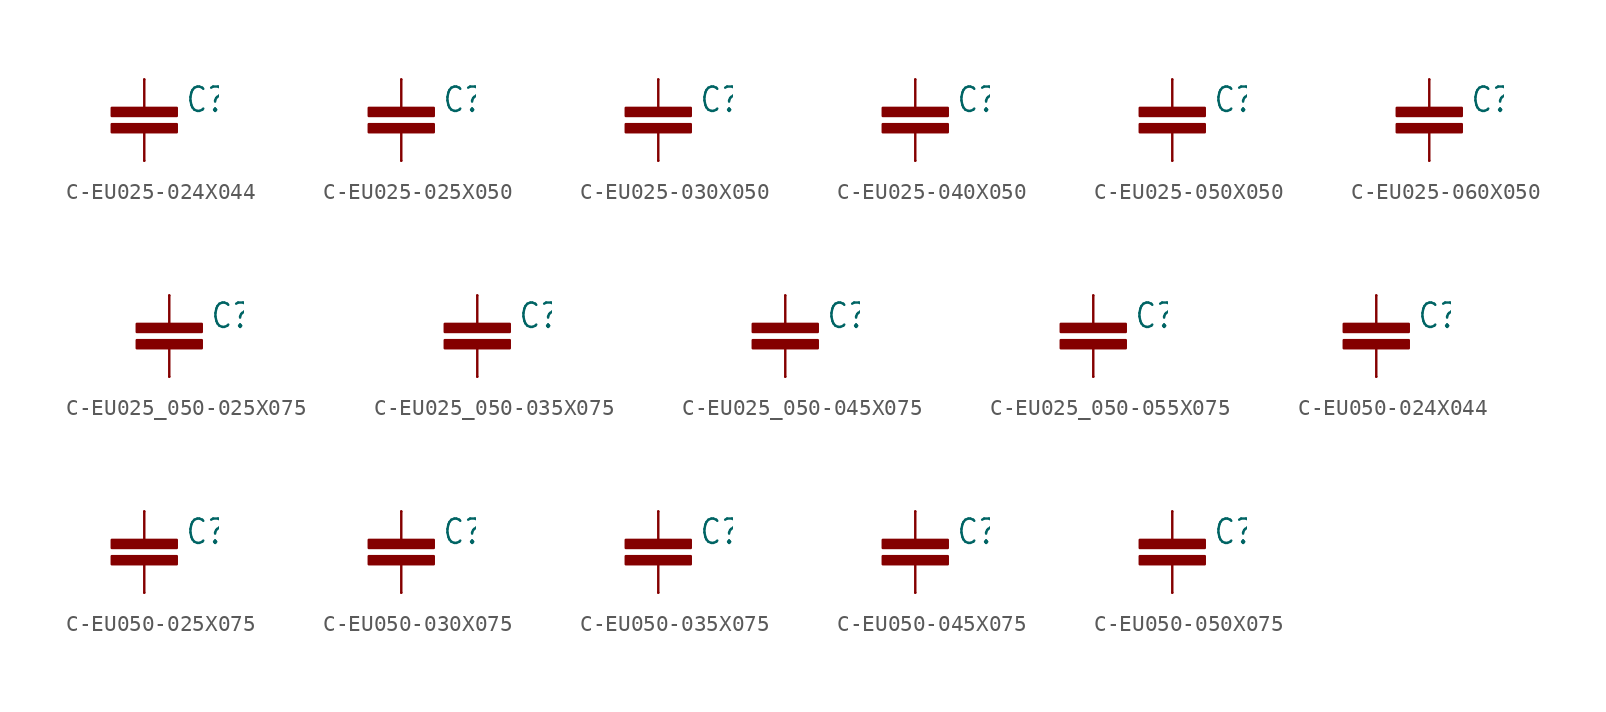
<source format=kicad_sym>
(kicad_symbol_lib
  (version 20220914)
  (generator kicad_symbol_editor)
  (symbol "C-EU025-024X044"
    (property "Reference" "C"
      (at 2.54 1.27 0)
      (effects (font (size 1.524 1.295)) (justify left)))
    (property "Value" ""
      (at 2.54 -1.27 0)
      (effects (font (size 1.524 1.295)) (justify left)))
    (property "ki_locked" ""
      (at 0 0 0)
      (effects (font (size 1.27 1.27))))
    (symbol "C-EU025-024X044_1_0"
      (rectangle (start -2.032 -0.762) (end 2.032 -0.254) (stroke (width 0) (type default)) (fill (type outline)))
      (rectangle (start -2.032 0.254) (end 2.032 0.762) (stroke (width 0) (type default)) (fill (type outline)))
      (polyline (pts (xy 0 -2.54) (xy 0 -0.762)) (stroke (width 0.152) (type solid)) (fill (type none)))
      (polyline (pts (xy 0 2.54) (xy 0 0.762)) (stroke (width 0.152) (type solid)) (fill (type none)))
      (pin passive line (at 0 2.54 270) (length 0) (name "1" (effects (font (size 0 0)))) (number "1" (effects (font (size 0 0)))))
      (pin passive line (at 0 -2.54 90) (length 0) (name "2" (effects (font (size 0 0)))) (number "2" (effects (font (size 0 0)))))))
  (symbol "C-EU025-025X050"
    (property "Reference" "C"
      (at 2.54 1.27 0)
      (effects (font (size 1.524 1.295)) (justify left)))
    (property "Value" ""
      (at 2.54 -1.27 0)
      (effects (font (size 1.524 1.295)) (justify left)))
    (property "ki_locked" ""
      (at 0 0 0)
      (effects (font (size 1.27 1.27))))
    (symbol "C-EU025-025X050_1_0"
      (rectangle (start -2.032 -0.762) (end 2.032 -0.254) (stroke (width 0) (type default)) (fill (type outline)))
      (rectangle (start -2.032 0.254) (end 2.032 0.762) (stroke (width 0) (type default)) (fill (type outline)))
      (polyline (pts (xy 0 -2.54) (xy 0 -0.762)) (stroke (width 0.152) (type solid)) (fill (type none)))
      (polyline (pts (xy 0 2.54) (xy 0 0.762)) (stroke (width 0.152) (type solid)) (fill (type none)))
      (pin passive line (at 0 2.54 270) (length 0) (name "1" (effects (font (size 0 0)))) (number "1" (effects (font (size 0 0)))))
      (pin passive line (at 0 -2.54 90) (length 0) (name "2" (effects (font (size 0 0)))) (number "2" (effects (font (size 0 0)))))))
  (symbol "C-EU025-030X050"
    (property "Reference" "C"
      (at 2.54 1.27 0)
      (effects (font (size 1.524 1.295)) (justify left)))
    (property "Value" ""
      (at 2.54 -1.27 0)
      (effects (font (size 1.524 1.295)) (justify left)))
    (property "ki_locked" ""
      (at 0 0 0)
      (effects (font (size 1.27 1.27))))
    (symbol "C-EU025-030X050_1_0"
      (rectangle (start -2.032 -0.762) (end 2.032 -0.254) (stroke (width 0) (type default)) (fill (type outline)))
      (rectangle (start -2.032 0.254) (end 2.032 0.762) (stroke (width 0) (type default)) (fill (type outline)))
      (polyline (pts (xy 0 -2.54) (xy 0 -0.762)) (stroke (width 0.152) (type solid)) (fill (type none)))
      (polyline (pts (xy 0 2.54) (xy 0 0.762)) (stroke (width 0.152) (type solid)) (fill (type none)))
      (pin passive line (at 0 2.54 270) (length 0) (name "1" (effects (font (size 0 0)))) (number "1" (effects (font (size 0 0)))))
      (pin passive line (at 0 -2.54 90) (length 0) (name "2" (effects (font (size 0 0)))) (number "2" (effects (font (size 0 0)))))))
  (symbol "C-EU025-040X050"
    (property "Reference" "C"
      (at 2.54 1.27 0)
      (effects (font (size 1.524 1.295)) (justify left)))
    (property "Value" ""
      (at 2.54 -1.27 0)
      (effects (font (size 1.524 1.295)) (justify left)))
    (property "ki_locked" ""
      (at 0 0 0)
      (effects (font (size 1.27 1.27))))
    (symbol "C-EU025-040X050_1_0"
      (rectangle (start -2.032 -0.762) (end 2.032 -0.254) (stroke (width 0) (type default)) (fill (type outline)))
      (rectangle (start -2.032 0.254) (end 2.032 0.762) (stroke (width 0) (type default)) (fill (type outline)))
      (polyline (pts (xy 0 -2.54) (xy 0 -0.762)) (stroke (width 0.152) (type solid)) (fill (type none)))
      (polyline (pts (xy 0 2.54) (xy 0 0.762)) (stroke (width 0.152) (type solid)) (fill (type none)))
      (pin passive line (at 0 2.54 270) (length 0) (name "1" (effects (font (size 0 0)))) (number "1" (effects (font (size 0 0)))))
      (pin passive line (at 0 -2.54 90) (length 0) (name "2" (effects (font (size 0 0)))) (number "2" (effects (font (size 0 0)))))))
  (symbol "C-EU025-050X050"
    (property "Reference" "C"
      (at 2.54 1.27 0)
      (effects (font (size 1.524 1.295)) (justify left)))
    (property "Value" ""
      (at 2.54 -1.27 0)
      (effects (font (size 1.524 1.295)) (justify left)))
    (property "ki_locked" ""
      (at 0 0 0)
      (effects (font (size 1.27 1.27))))
    (symbol "C-EU025-050X050_1_0"
      (rectangle (start -2.032 -0.762) (end 2.032 -0.254) (stroke (width 0) (type default)) (fill (type outline)))
      (rectangle (start -2.032 0.254) (end 2.032 0.762) (stroke (width 0) (type default)) (fill (type outline)))
      (polyline (pts (xy 0 -2.54) (xy 0 -0.762)) (stroke (width 0.152) (type solid)) (fill (type none)))
      (polyline (pts (xy 0 2.54) (xy 0 0.762)) (stroke (width 0.152) (type solid)) (fill (type none)))
      (pin passive line (at 0 2.54 270) (length 0) (name "1" (effects (font (size 0 0)))) (number "1" (effects (font (size 0 0)))))
      (pin passive line (at 0 -2.54 90) (length 0) (name "2" (effects (font (size 0 0)))) (number "2" (effects (font (size 0 0)))))))
  (symbol "C-EU025-060X050"
    (property "Reference" "C"
      (at 2.54 1.27 0)
      (effects (font (size 1.524 1.295)) (justify left)))
    (property "Value" ""
      (at 2.54 -1.27 0)
      (effects (font (size 1.524 1.295)) (justify left)))
    (property "ki_locked" ""
      (at 0 0 0)
      (effects (font (size 1.27 1.27))))
    (symbol "C-EU025-060X050_1_0"
      (rectangle (start -2.032 -0.762) (end 2.032 -0.254) (stroke (width 0) (type default)) (fill (type outline)))
      (rectangle (start -2.032 0.254) (end 2.032 0.762) (stroke (width 0) (type default)) (fill (type outline)))
      (polyline (pts (xy 0 -2.54) (xy 0 -0.762)) (stroke (width 0.152) (type solid)) (fill (type none)))
      (polyline (pts (xy 0 2.54) (xy 0 0.762)) (stroke (width 0.152) (type solid)) (fill (type none)))
      (pin passive line (at 0 2.54 270) (length 0) (name "1" (effects (font (size 0 0)))) (number "1" (effects (font (size 0 0)))))
      (pin passive line (at 0 -2.54 90) (length 0) (name "2" (effects (font (size 0 0)))) (number "2" (effects (font (size 0 0)))))))
  (symbol "C-EU025_050-025X075"
    (property "Reference" "C"
      (at 2.54 1.27 0)
      (effects (font (size 1.524 1.295)) (justify left)))
    (property "Value" ""
      (at 2.54 -1.27 0)
      (effects (font (size 1.524 1.295)) (justify left)))
    (property "ki_locked" ""
      (at 0 0 0)
      (effects (font (size 1.27 1.27))))
    (symbol "C-EU025_050-025X075_1_0"
      (rectangle (start -2.032 -0.762) (end 2.032 -0.254) (stroke (width 0) (type default)) (fill (type outline)))
      (rectangle (start -2.032 0.254) (end 2.032 0.762) (stroke (width 0) (type default)) (fill (type outline)))
      (polyline (pts (xy 0 -2.54) (xy 0 -0.762)) (stroke (width 0.152) (type solid)) (fill (type none)))
      (polyline (pts (xy 0 2.54) (xy 0 0.762)) (stroke (width 0.152) (type solid)) (fill (type none)))
      (pin passive line (at 0 2.54 270) (length 0) (name "1" (effects (font (size 0 0)))) (number "1" (effects (font (size 0 0)))))
      (pin passive line (at 0 -2.54 90) (length 0) (name "2" (effects (font (size 0 0)))) (number "2" (effects (font (size 0 0)))))))
  (symbol "C-EU025_050-035X075"
    (property "Reference" "C"
      (at 2.54 1.27 0)
      (effects (font (size 1.524 1.295)) (justify left)))
    (property "Value" ""
      (at 2.54 -1.27 0)
      (effects (font (size 1.524 1.295)) (justify left)))
    (property "ki_locked" ""
      (at 0 0 0)
      (effects (font (size 1.27 1.27))))
    (symbol "C-EU025_050-035X075_1_0"
      (rectangle (start -2.032 -0.762) (end 2.032 -0.254) (stroke (width 0) (type default)) (fill (type outline)))
      (rectangle (start -2.032 0.254) (end 2.032 0.762) (stroke (width 0) (type default)) (fill (type outline)))
      (polyline (pts (xy 0 -2.54) (xy 0 -0.762)) (stroke (width 0.152) (type solid)) (fill (type none)))
      (polyline (pts (xy 0 2.54) (xy 0 0.762)) (stroke (width 0.152) (type solid)) (fill (type none)))
      (pin passive line (at 0 2.54 270) (length 0) (name "1" (effects (font (size 0 0)))) (number "1" (effects (font (size 0 0)))))
      (pin passive line (at 0 -2.54 90) (length 0) (name "2" (effects (font (size 0 0)))) (number "2" (effects (font (size 0 0)))))))
  (symbol "C-EU025_050-045X075"
    (property "Reference" "C"
      (at 2.54 1.27 0)
      (effects (font (size 1.524 1.295)) (justify left)))
    (property "Value" ""
      (at 2.54 -1.27 0)
      (effects (font (size 1.524 1.295)) (justify left)))
    (property "ki_locked" ""
      (at 0 0 0)
      (effects (font (size 1.27 1.27))))
    (symbol "C-EU025_050-045X075_1_0"
      (rectangle (start -2.032 -0.762) (end 2.032 -0.254) (stroke (width 0) (type default)) (fill (type outline)))
      (rectangle (start -2.032 0.254) (end 2.032 0.762) (stroke (width 0) (type default)) (fill (type outline)))
      (polyline (pts (xy 0 -2.54) (xy 0 -0.762)) (stroke (width 0.152) (type solid)) (fill (type none)))
      (polyline (pts (xy 0 2.54) (xy 0 0.762)) (stroke (width 0.152) (type solid)) (fill (type none)))
      (pin passive line (at 0 2.54 270) (length 0) (name "1" (effects (font (size 0 0)))) (number "1" (effects (font (size 0 0)))))
      (pin passive line (at 0 -2.54 90) (length 0) (name "2" (effects (font (size 0 0)))) (number "2" (effects (font (size 0 0)))))))
  (symbol "C-EU025_050-055X075"
    (property "Reference" "C"
      (at 2.54 1.27 0)
      (effects (font (size 1.524 1.295)) (justify left)))
    (property "Value" ""
      (at 2.54 -1.27 0)
      (effects (font (size 1.524 1.295)) (justify left)))
    (property "ki_locked" ""
      (at 0 0 0)
      (effects (font (size 1.27 1.27))))
    (symbol "C-EU025_050-055X075_1_0"
      (rectangle (start -2.032 -0.762) (end 2.032 -0.254) (stroke (width 0) (type default)) (fill (type outline)))
      (rectangle (start -2.032 0.254) (end 2.032 0.762) (stroke (width 0) (type default)) (fill (type outline)))
      (polyline (pts (xy 0 -2.54) (xy 0 -0.762)) (stroke (width 0.152) (type solid)) (fill (type none)))
      (polyline (pts (xy 0 2.54) (xy 0 0.762)) (stroke (width 0.152) (type solid)) (fill (type none)))
      (pin passive line (at 0 2.54 270) (length 0) (name "1" (effects (font (size 0 0)))) (number "1" (effects (font (size 0 0)))))
      (pin passive line (at 0 -2.54 90) (length 0) (name "2" (effects (font (size 0 0)))) (number "2" (effects (font (size 0 0)))))))
  (symbol "C-EU050-024X044"
    (property "Reference" "C"
      (at 2.54 1.27 0)
      (effects (font (size 1.524 1.295)) (justify left)))
    (property "Value" ""
      (at 2.54 -1.27 0)
      (effects (font (size 1.524 1.295)) (justify left)))
    (property "ki_locked" ""
      (at 0 0 0)
      (effects (font (size 1.27 1.27))))
    (symbol "C-EU050-024X044_1_0"
      (rectangle (start -2.032 -0.762) (end 2.032 -0.254) (stroke (width 0) (type default)) (fill (type outline)))
      (rectangle (start -2.032 0.254) (end 2.032 0.762) (stroke (width 0) (type default)) (fill (type outline)))
      (polyline (pts (xy 0 -2.54) (xy 0 -0.762)) (stroke (width 0.152) (type solid)) (fill (type none)))
      (polyline (pts (xy 0 2.54) (xy 0 0.762)) (stroke (width 0.152) (type solid)) (fill (type none)))
      (pin passive line (at 0 2.54 270) (length 0) (name "1" (effects (font (size 0 0)))) (number "1" (effects (font (size 0 0)))))
      (pin passive line (at 0 -2.54 90) (length 0) (name "2" (effects (font (size 0 0)))) (number "2" (effects (font (size 0 0)))))))
  (symbol "C-EU050-025X075"
    (property "Reference" "C"
      (at 2.54 1.27 0)
      (effects (font (size 1.524 1.295)) (justify left)))
    (property "Value" ""
      (at 2.54 -1.27 0)
      (effects (font (size 1.524 1.295)) (justify left)))
    (property "ki_locked" ""
      (at 0 0 0)
      (effects (font (size 1.27 1.27))))
    (symbol "C-EU050-025X075_1_0"
      (rectangle (start -2.032 -0.762) (end 2.032 -0.254) (stroke (width 0) (type default)) (fill (type outline)))
      (rectangle (start -2.032 0.254) (end 2.032 0.762) (stroke (width 0) (type default)) (fill (type outline)))
      (polyline (pts (xy 0 -2.54) (xy 0 -0.762)) (stroke (width 0.152) (type solid)) (fill (type none)))
      (polyline (pts (xy 0 2.54) (xy 0 0.762)) (stroke (width 0.152) (type solid)) (fill (type none)))
      (pin passive line (at 0 2.54 270) (length 0) (name "1" (effects (font (size 0 0)))) (number "1" (effects (font (size 0 0)))))
      (pin passive line (at 0 -2.54 90) (length 0) (name "2" (effects (font (size 0 0)))) (number "2" (effects (font (size 0 0)))))))
  (symbol "C-EU050-030X075"
    (property "Reference" "C"
      (at 2.54 1.27 0)
      (effects (font (size 1.524 1.295)) (justify left)))
    (property "Value" ""
      (at 2.54 -1.27 0)
      (effects (font (size 1.524 1.295)) (justify left)))
    (property "ki_locked" ""
      (at 0 0 0)
      (effects (font (size 1.27 1.27))))
    (symbol "C-EU050-030X075_1_0"
      (rectangle (start -2.032 -0.762) (end 2.032 -0.254) (stroke (width 0) (type default)) (fill (type outline)))
      (rectangle (start -2.032 0.254) (end 2.032 0.762) (stroke (width 0) (type default)) (fill (type outline)))
      (polyline (pts (xy 0 -2.54) (xy 0 -0.762)) (stroke (width 0.152) (type solid)) (fill (type none)))
      (polyline (pts (xy 0 2.54) (xy 0 0.762)) (stroke (width 0.152) (type solid)) (fill (type none)))
      (pin passive line (at 0 2.54 270) (length 0) (name "1" (effects (font (size 0 0)))) (number "1" (effects (font (size 0 0)))))
      (pin passive line (at 0 -2.54 90) (length 0) (name "2" (effects (font (size 0 0)))) (number "2" (effects (font (size 0 0)))))))
  (symbol "C-EU050-035X075"
    (property "Reference" "C"
      (at 2.54 1.27 0)
      (effects (font (size 1.524 1.295)) (justify left)))
    (property "Value" ""
      (at 2.54 -1.27 0)
      (effects (font (size 1.524 1.295)) (justify left)))
    (property "ki_locked" ""
      (at 0 0 0)
      (effects (font (size 1.27 1.27))))
    (symbol "C-EU050-035X075_1_0"
      (rectangle (start -2.032 -0.762) (end 2.032 -0.254) (stroke (width 0) (type default)) (fill (type outline)))
      (rectangle (start -2.032 0.254) (end 2.032 0.762) (stroke (width 0) (type default)) (fill (type outline)))
      (polyline (pts (xy 0 -2.54) (xy 0 -0.762)) (stroke (width 0.152) (type solid)) (fill (type none)))
      (polyline (pts (xy 0 2.54) (xy 0 0.762)) (stroke (width 0.152) (type solid)) (fill (type none)))
      (pin passive line (at 0 2.54 270) (length 0) (name "1" (effects (font (size 0 0)))) (number "1" (effects (font (size 0 0)))))
      (pin passive line (at 0 -2.54 90) (length 0) (name "2" (effects (font (size 0 0)))) (number "2" (effects (font (size 0 0)))))))
  (symbol "C-EU050-045X075"
    (property "Reference" "C"
      (at 2.54 1.27 0)
      (effects (font (size 1.524 1.295)) (justify left)))
    (property "Value" ""
      (at 2.54 -1.27 0)
      (effects (font (size 1.524 1.295)) (justify left)))
    (property "ki_locked" ""
      (at 0 0 0)
      (effects (font (size 1.27 1.27))))
    (symbol "C-EU050-045X075_1_0"
      (rectangle (start -2.032 -0.762) (end 2.032 -0.254) (stroke (width 0) (type default)) (fill (type outline)))
      (rectangle (start -2.032 0.254) (end 2.032 0.762) (stroke (width 0) (type default)) (fill (type outline)))
      (polyline (pts (xy 0 -2.54) (xy 0 -0.762)) (stroke (width 0.152) (type solid)) (fill (type none)))
      (polyline (pts (xy 0 2.54) (xy 0 0.762)) (stroke (width 0.152) (type solid)) (fill (type none)))
      (pin passive line (at 0 2.54 270) (length 0) (name "1" (effects (font (size 0 0)))) (number "1" (effects (font (size 0 0)))))
      (pin passive line (at 0 -2.54 90) (length 0) (name "2" (effects (font (size 0 0)))) (number "2" (effects (font (size 0 0)))))))
  (symbol "C-EU050-050X075"
    (property "Reference" "C"
      (at 2.54 1.27 0)
      (effects (font (size 1.524 1.295)) (justify left)))
    (property "Value" ""
      (at 2.54 -1.27 0)
      (effects (font (size 1.524 1.295)) (justify left)))
    (property "ki_locked" ""
      (at 0 0 0)
      (effects (font (size 1.27 1.27))))
    (symbol "C-EU050-050X075_1_0"
      (rectangle (start -2.032 -0.762) (end 2.032 -0.254) (stroke (width 0) (type default)) (fill (type outline)))
      (rectangle (start -2.032 0.254) (end 2.032 0.762) (stroke (width 0) (type default)) (fill (type outline)))
      (polyline (pts (xy 0 -2.54) (xy 0 -0.762)) (stroke (width 0.152) (type solid)) (fill (type none)))
      (polyline (pts (xy 0 2.54) (xy 0 0.762)) (stroke (width 0.152) (type solid)) (fill (type none)))
      (pin passive line (at 0 2.54 270) (length 0) (name "1" (effects (font (size 0 0)))) (number "1" (effects (font (size 0 0)))))
      (pin passive line (at 0 -2.54 90) (length 0) (name "2" (effects (font (size 0 0)))) (number "2" (effects (font (size 0 0))))))))
</source>
